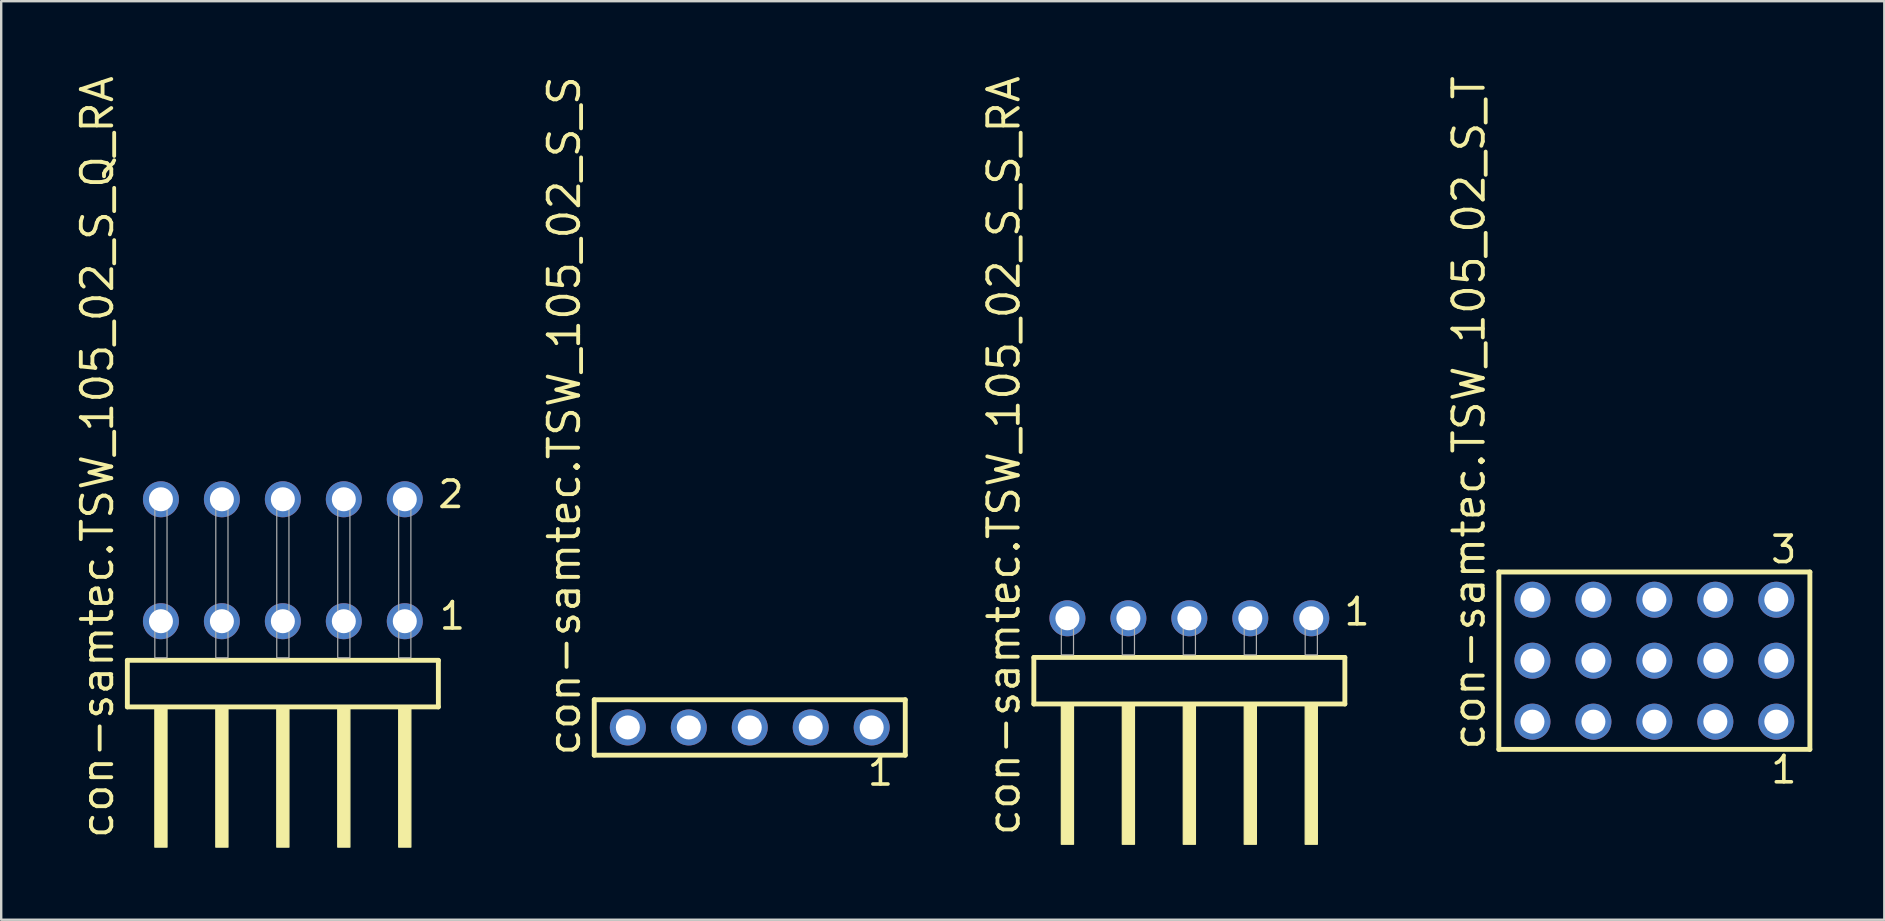
<source format=kicad_pcb>
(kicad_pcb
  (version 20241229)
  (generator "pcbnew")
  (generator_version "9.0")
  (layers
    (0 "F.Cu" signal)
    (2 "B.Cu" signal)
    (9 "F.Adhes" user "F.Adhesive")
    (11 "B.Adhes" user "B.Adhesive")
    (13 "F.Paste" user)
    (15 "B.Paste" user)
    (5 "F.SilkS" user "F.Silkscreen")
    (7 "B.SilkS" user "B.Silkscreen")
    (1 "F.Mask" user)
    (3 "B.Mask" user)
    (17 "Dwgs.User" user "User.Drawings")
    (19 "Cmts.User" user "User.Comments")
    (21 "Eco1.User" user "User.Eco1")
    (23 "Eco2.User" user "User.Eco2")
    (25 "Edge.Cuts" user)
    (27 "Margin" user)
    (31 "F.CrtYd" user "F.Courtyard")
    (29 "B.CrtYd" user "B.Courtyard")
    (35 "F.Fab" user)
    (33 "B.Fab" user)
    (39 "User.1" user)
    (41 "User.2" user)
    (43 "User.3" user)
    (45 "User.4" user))
  (footprint "con-samtec.TSW_105_02_S_S_RA"
    (layer "F.Cu")
    (at 46.503 24.235)
    (property "Reference" "con-samtec.TSW_105_02_S_S_RA" (at -6.985 7.62 90) (layer "F.SilkS") (effects (font (size 1.27 1.27) (thickness 0.16)) (justify left bottom)))
    (attr through_hole)
    (fp_line (start -6.479 0.106) (end -6.479 2.046) (stroke (width 0.203) (type default)) (layer "F.SilkS"))
    (fp_line (start -6.479 2.046) (end 6.479 2.046) (stroke (width 0.203) (type default)) (layer "F.SilkS"))
    (fp_line (start 6.479 0.106) (end -6.479 0.106) (stroke (width 0.203) (type default)) (layer "F.SilkS"))
    (fp_line (start 6.479 2.046) (end 6.479 0.106) (stroke (width 0.203) (type default)) (layer "F.SilkS"))
    (fp_rect (start -5.334 7.89) (end -4.826 2.04) (stroke (width 0.05) (type default)) (fill yes) (layer "F.SilkS"))
    (fp_rect (start -2.794 7.89) (end -2.286 2.04) (stroke (width 0.05) (type default)) (fill yes) (layer "F.SilkS"))
    (fp_rect (start -0.254 7.89) (end 0.254 2.04) (stroke (width 0.05) (type default)) (fill yes) (layer "F.SilkS"))
    (fp_rect (start 2.286 7.89) (end 2.794 2.04) (stroke (width 0.05) (type default)) (fill yes) (layer "F.SilkS"))
    (fp_rect (start 4.826 7.89) (end 5.334 2.04) (stroke (width 0.05) (type default)) (fill yes) (layer "F.SilkS"))
    (fp_rect (start -5.334 0) (end -4.826 -1.778) (stroke (width 0.05) (type default)) (fill no) (layer "F.Fab"))
    (fp_rect (start -2.794 0) (end -2.286 -1.778) (stroke (width 0.05) (type default)) (fill no) (layer "F.Fab"))
    (fp_rect (start -0.254 0) (end 0.254 -1.778) (stroke (width 0.05) (type default)) (fill no) (layer "F.Fab"))
    (fp_rect (start 2.286 0) (end 2.794 -1.778) (stroke (width 0.05) (type default)) (fill no) (layer "F.Fab"))
    (fp_rect (start 4.826 0) (end 5.334 -1.778) (stroke (width 0.05) (type default)) (fill no) (layer "F.Fab"))
    (fp_text user "1" (at 6.362 -1.152 0) (layer "F.SilkS") (effects (font (size 1.1 1.1) (thickness 0.15)) (justify left bottom)))
    (pad "1" thru_hole circle (at 5.08 -1.524 180) (size 1.5 1.5) (drill 1) (layers "*.Cu" "*.Mask"))
    (pad "2" thru_hole circle (at 2.54 -1.524 180) (size 1.5 1.5) (drill 1) (layers "*.Cu" "*.Mask"))
    (pad "3" thru_hole circle (at 0 -1.524 180) (size 1.5 1.5) (drill 1) (layers "*.Cu" "*.Mask"))
    (pad "4" thru_hole circle (at -2.54 -1.524 180) (size 1.5 1.5) (drill 1) (layers "*.Cu" "*.Mask"))
    (pad "5" thru_hole circle (at -5.08 -1.524 180) (size 1.5 1.5) (drill 1) (layers "*.Cu" "*.Mask")))
  (footprint "con-samtec.TSW_105_02_S_T"
    (layer "F.Cu")
    (at 65.878 24.477)
    (property "Reference" "con-samtec.TSW_105_02_S_T" (at -6.985 3.81 90) (layer "F.SilkS") (effects (font (size 1.27 1.27) (thickness 0.16)) (justify left bottom)))
    (attr through_hole)
    (fp_line (start -6.479 -3.695) (end 6.479 -3.695) (stroke (width 0.203) (type default)) (layer "F.SilkS"))
    (fp_line (start -6.479 3.695) (end -6.479 -3.695) (stroke (width 0.203) (type default)) (layer "F.SilkS"))
    (fp_line (start 6.479 -3.695) (end 6.479 3.695) (stroke (width 0.203) (type default)) (layer "F.SilkS"))
    (fp_line (start 6.479 3.695) (end -6.479 3.695) (stroke (width 0.203) (type default)) (layer "F.SilkS"))
    (fp_rect (start -5.43 -2.19) (end -4.73 -2.89) (stroke (width 0.05) (type default)) (fill no) (layer "F.Fab"))
    (fp_rect (start -5.43 0.35) (end -4.73 -0.35) (stroke (width 0.05) (type default)) (fill no) (layer "F.Fab"))
    (fp_rect (start -5.43 2.89) (end -4.73 2.19) (stroke (width 0.05) (type default)) (fill no) (layer "F.Fab"))
    (fp_rect (start -2.89 -2.19) (end -2.19 -2.89) (stroke (width 0.05) (type default)) (fill no) (layer "F.Fab"))
    (fp_rect (start -2.89 0.35) (end -2.19 -0.35) (stroke (width 0.05) (type default)) (fill no) (layer "F.Fab"))
    (fp_rect (start -2.89 2.89) (end -2.19 2.19) (stroke (width 0.05) (type default)) (fill no) (layer "F.Fab"))
    (fp_rect (start -0.35 -2.19) (end 0.35 -2.89) (stroke (width 0.05) (type default)) (fill no) (layer "F.Fab"))
    (fp_rect (start -0.35 0.35) (end 0.35 -0.35) (stroke (width 0.05) (type default)) (fill no) (layer "F.Fab"))
    (fp_rect (start -0.35 2.89) (end 0.35 2.19) (stroke (width 0.05) (type default)) (fill no) (layer "F.Fab"))
    (fp_rect (start 2.19 -2.19) (end 2.89 -2.89) (stroke (width 0.05) (type default)) (fill no) (layer "F.Fab"))
    (fp_rect (start 2.19 0.35) (end 2.89 -0.35) (stroke (width 0.05) (type default)) (fill no) (layer "F.Fab"))
    (fp_rect (start 2.19 2.89) (end 2.89 2.19) (stroke (width 0.05) (type default)) (fill no) (layer "F.Fab"))
    (fp_rect (start 4.73 -2.19) (end 5.43 -2.89) (stroke (width 0.05) (type default)) (fill no) (layer "F.Fab"))
    (fp_rect (start 4.73 0.35) (end 5.43 -0.35) (stroke (width 0.05) (type default)) (fill no) (layer "F.Fab"))
    (fp_rect (start 4.73 2.89) (end 5.43 2.19) (stroke (width 0.05) (type default)) (fill no) (layer "F.Fab"))
    (fp_text user "3" (at 4.768 -3.989 0) (layer "F.SilkS") (effects (font (size 1.1 1.1) (thickness 0.15)) (justify left bottom)))
    (fp_text user "1" (at 4.772 5.188 0) (layer "F.SilkS") (effects (font (size 1.1 1.1) (thickness 0.15)) (justify left bottom)))
    (pad "1" thru_hole circle (at 5.08 2.54 180) (size 1.5 1.5) (drill 1) (layers "*.Cu" "*.Mask"))
    (pad "2" thru_hole circle (at 5.08 0 180) (size 1.5 1.5) (drill 1) (layers "*.Cu" "*.Mask"))
    (pad "3" thru_hole circle (at 5.08 -2.54 180) (size 1.5 1.5) (drill 1) (layers "*.Cu" "*.Mask"))
    (pad "4" thru_hole circle (at 2.54 2.54 180) (size 1.5 1.5) (drill 1) (layers "*.Cu" "*.Mask"))
    (pad "5" thru_hole circle (at 2.54 0 180) (size 1.5 1.5) (drill 1) (layers "*.Cu" "*.Mask"))
    (pad "6" thru_hole circle (at 2.54 -2.54 180) (size 1.5 1.5) (drill 1) (layers "*.Cu" "*.Mask"))
    (pad "7" thru_hole circle (at 0 2.54 180) (size 1.5 1.5) (drill 1) (layers "*.Cu" "*.Mask"))
    (pad "8" thru_hole circle (at 0 0 180) (size 1.5 1.5) (drill 1) (layers "*.Cu" "*.Mask"))
    (pad "9" thru_hole circle (at 0 -2.54 180) (size 1.5 1.5) (drill 1) (layers "*.Cu" "*.Mask"))
    (pad "10" thru_hole circle (at -2.54 2.54 180) (size 1.5 1.5) (drill 1) (layers "*.Cu" "*.Mask"))
    (pad "11" thru_hole circle (at -2.54 0 180) (size 1.5 1.5) (drill 1) (layers "*.Cu" "*.Mask"))
    (pad "12" thru_hole circle (at -2.54 -2.54 180) (size 1.5 1.5) (drill 1) (layers "*.Cu" "*.Mask"))
    (pad "13" thru_hole circle (at -5.08 2.54 180) (size 1.5 1.5) (drill 1) (layers "*.Cu" "*.Mask"))
    (pad "14" thru_hole circle (at -5.08 0 180) (size 1.5 1.5) (drill 1) (layers "*.Cu" "*.Mask"))
    (pad "15" thru_hole circle (at -5.08 -2.54 180) (size 1.5 1.5) (drill 1) (layers "*.Cu" "*.Mask")))
  (footprint "con-samtec.TSW_105_02_S_Q_RA"
    (layer "F.Cu")
    (at 8.735 24.356)
    (property "Reference" "con-samtec.TSW_105_02_S_Q_RA" (at -6.985 7.62 90) (layer "F.SilkS") (effects (font (size 1.27 1.27) (thickness 0.16)) (justify left bottom)))
    (attr through_hole)
    (fp_line (start -6.479 0.106) (end -6.479 2.046) (stroke (width 0.203) (type default)) (layer "F.SilkS"))
    (fp_line (start -6.479 2.046) (end 6.479 2.046) (stroke (width 0.203) (type default)) (layer "F.SilkS"))
    (fp_line (start 6.479 0.106) (end -6.479 0.106) (stroke (width 0.203) (type default)) (layer "F.SilkS"))
    (fp_line (start 6.479 2.046) (end 6.479 0.106) (stroke (width 0.203) (type default)) (layer "F.SilkS"))
    (fp_rect (start -5.334 7.89) (end -4.826 2.04) (stroke (width 0.05) (type default)) (fill yes) (layer "F.SilkS"))
    (fp_rect (start -2.794 7.89) (end -2.286 2.04) (stroke (width 0.05) (type default)) (fill yes) (layer "F.SilkS"))
    (fp_rect (start -0.254 7.89) (end 0.254 2.04) (stroke (width 0.05) (type default)) (fill yes) (layer "F.SilkS"))
    (fp_rect (start 2.286 7.89) (end 2.794 2.04) (stroke (width 0.05) (type default)) (fill yes) (layer "F.SilkS"))
    (fp_rect (start 4.826 7.89) (end 5.334 2.04) (stroke (width 0.05) (type default)) (fill yes) (layer "F.SilkS"))
    (fp_rect (start -5.334 0) (end -4.826 -6.858) (stroke (width 0.05) (type default)) (fill no) (layer "F.Fab"))
    (fp_rect (start -2.794 0) (end -2.286 -6.858) (stroke (width 0.05) (type default)) (fill no) (layer "F.Fab"))
    (fp_rect (start -0.254 0) (end 0.254 -6.858) (stroke (width 0.05) (type default)) (fill no) (layer "F.Fab"))
    (fp_rect (start 2.286 0) (end 2.794 -6.858) (stroke (width 0.05) (type default)) (fill no) (layer "F.Fab"))
    (fp_rect (start 4.826 0) (end 5.334 -6.858) (stroke (width 0.05) (type default)) (fill no) (layer "F.Fab"))
    (fp_text user "2" (at 6.38 -6.165 0) (layer "F.SilkS") (effects (font (size 1.1 1.1) (thickness 0.15)) (justify left bottom)))
    (fp_text user "1" (at 6.44 -1.1 0) (layer "F.SilkS") (effects (font (size 1.1 1.1) (thickness 0.15)) (justify left bottom)))
    (pad "1" thru_hole circle (at 5.08 -1.524 180) (size 1.5 1.5) (drill 1) (layers "*.Cu" "*.Mask"))
    (pad "2" thru_hole circle (at 5.08 -6.604 180) (size 1.5 1.5) (drill 1) (layers "*.Cu" "*.Mask"))
    (pad "3" thru_hole circle (at 2.54 -1.524 180) (size 1.5 1.5) (drill 1) (layers "*.Cu" "*.Mask"))
    (pad "4" thru_hole circle (at 2.54 -6.604 180) (size 1.5 1.5) (drill 1) (layers "*.Cu" "*.Mask"))
    (pad "5" thru_hole circle (at 0 -1.524 180) (size 1.5 1.5) (drill 1) (layers "*.Cu" "*.Mask"))
    (pad "6" thru_hole circle (at 0 -6.604 180) (size 1.5 1.5) (drill 1) (layers "*.Cu" "*.Mask"))
    (pad "7" thru_hole circle (at -2.54 -1.524 180) (size 1.5 1.5) (drill 1) (layers "*.Cu" "*.Mask"))
    (pad "8" thru_hole circle (at -2.54 -6.604 180) (size 1.5 1.5) (drill 1) (layers "*.Cu" "*.Mask"))
    (pad "9" thru_hole circle (at -5.08 -1.524 180) (size 1.5 1.5) (drill 1) (layers "*.Cu" "*.Mask"))
    (pad "10" thru_hole circle (at -5.08 -6.604 180) (size 1.5 1.5) (drill 1) (layers "*.Cu" "*.Mask")))
  (footprint "con-samtec.TSW_105_02_S_S"
    (layer "F.Cu")
    (at 28.188 27.259)
    (property "Reference" "con-samtec.TSW_105_02_S_S" (at -6.985 1.27 90) (layer "F.SilkS") (effects (font (size 1.27 1.27) (thickness 0.16)) (justify left bottom)))
    (attr through_hole)
    (fp_line (start -6.479 -1.155) (end 6.479 -1.155) (stroke (width 0.203) (type default)) (layer "F.SilkS"))
    (fp_line (start -6.479 1.155) (end -6.479 -1.155) (stroke (width 0.203) (type default)) (layer "F.SilkS"))
    (fp_line (start 6.479 -1.155) (end 6.479 1.155) (stroke (width 0.203) (type default)) (layer "F.SilkS"))
    (fp_line (start 6.479 1.155) (end -6.479 1.155) (stroke (width 0.203) (type default)) (layer "F.SilkS"))
    (fp_rect (start -5.43 0.35) (end -4.73 -0.35) (stroke (width 0.05) (type default)) (fill no) (layer "F.Fab"))
    (fp_rect (start -2.89 0.35) (end -2.19 -0.35) (stroke (width 0.05) (type default)) (fill no) (layer "F.Fab"))
    (fp_rect (start -0.35 0.35) (end 0.35 -0.35) (stroke (width 0.05) (type default)) (fill no) (layer "F.Fab"))
    (fp_rect (start 2.19 0.35) (end 2.89 -0.35) (stroke (width 0.05) (type default)) (fill no) (layer "F.Fab"))
    (fp_rect (start 4.73 0.35) (end 5.43 -0.35) (stroke (width 0.05) (type default)) (fill no) (layer "F.Fab"))
    (fp_text user "1" (at 4.822 2.498 0) (layer "F.SilkS") (effects (font (size 1.1 1.1) (thickness 0.15)) (justify left bottom)))
    (pad "1" thru_hole circle (at 5.08 0 180) (size 1.5 1.5) (drill 1) (layers "*.Cu" "*.Mask"))
    (pad "2" thru_hole circle (at 2.54 0 180) (size 1.5 1.5) (drill 1) (layers "*.Cu" "*.Mask"))
    (pad "3" thru_hole circle (at 0 0 180) (size 1.5 1.5) (drill 1) (layers "*.Cu" "*.Mask"))
    (pad "4" thru_hole circle (at -2.54 0 180) (size 1.5 1.5) (drill 1) (layers "*.Cu" "*.Mask"))
    (pad "5" thru_hole circle (at -5.08 0 180) (size 1.5 1.5) (drill 1) (layers "*.Cu" "*.Mask")))
  (gr_rect
    (start -3 -3)
    (end 75.458 35.271)
    (stroke (width 0.1) (type default))
    (fill no)
    (layer "Edge.Cuts")))
</source>
